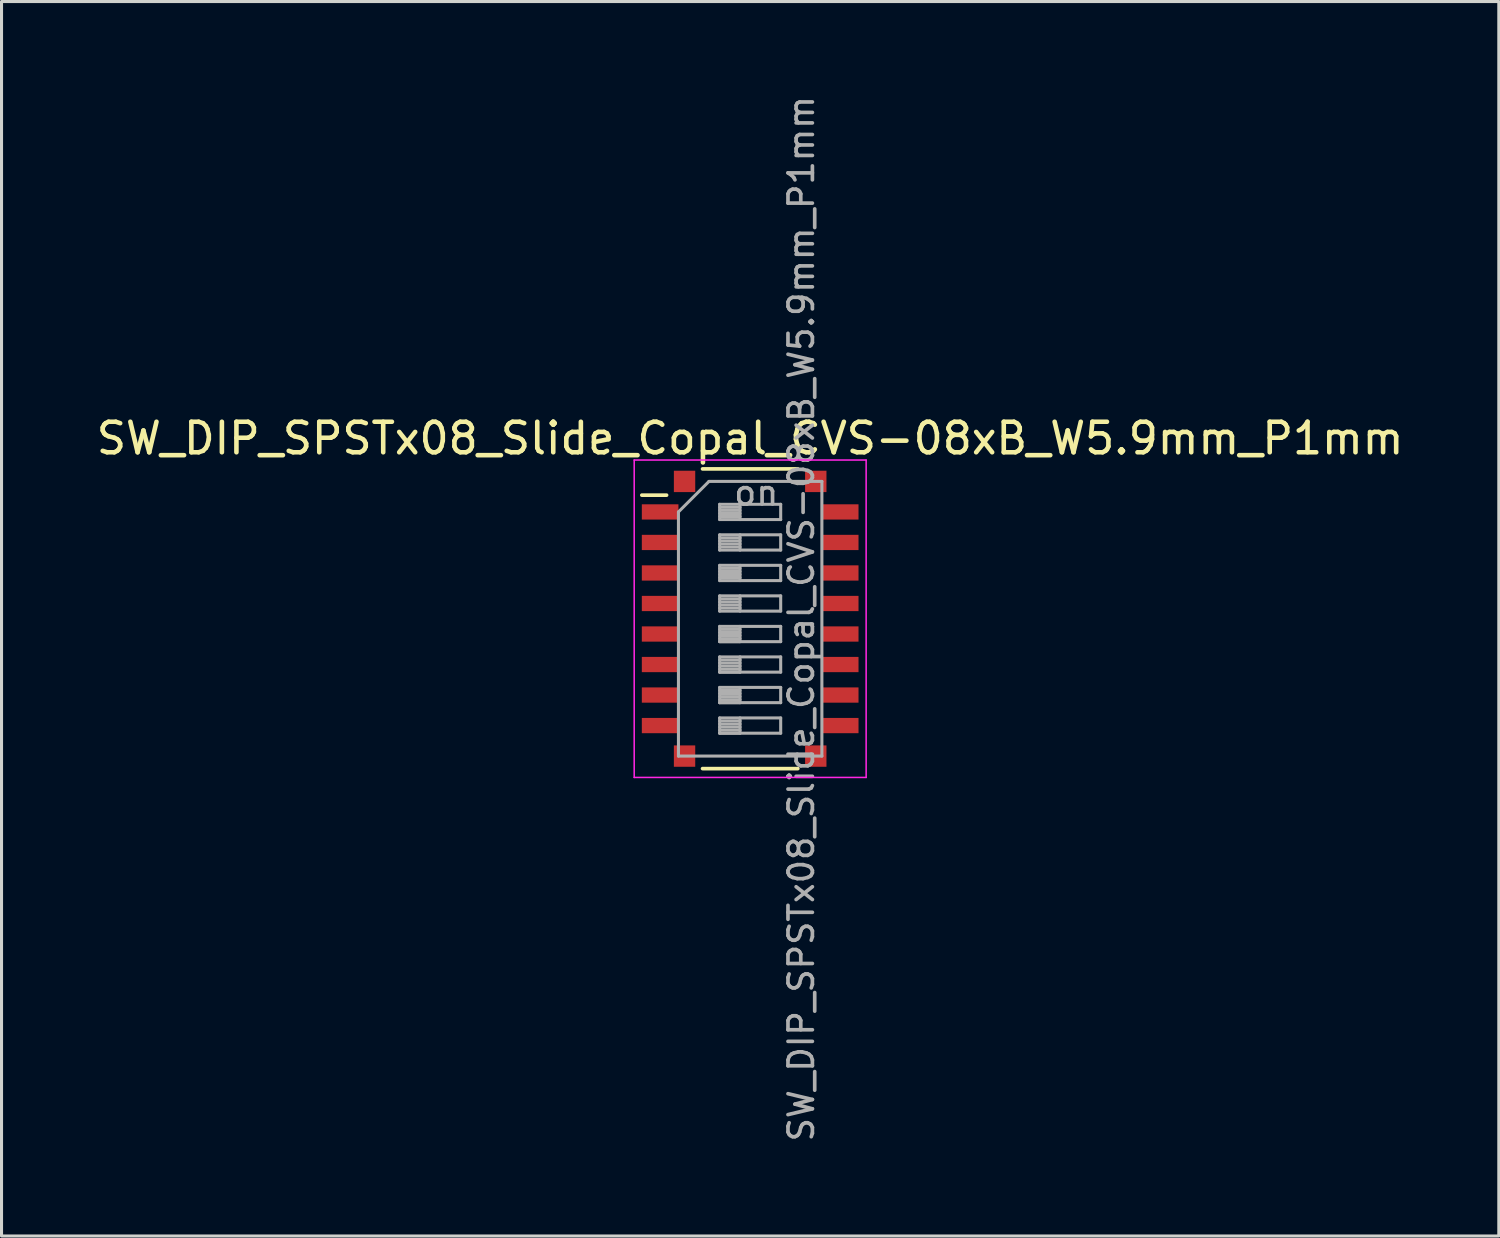
<source format=kicad_pcb>
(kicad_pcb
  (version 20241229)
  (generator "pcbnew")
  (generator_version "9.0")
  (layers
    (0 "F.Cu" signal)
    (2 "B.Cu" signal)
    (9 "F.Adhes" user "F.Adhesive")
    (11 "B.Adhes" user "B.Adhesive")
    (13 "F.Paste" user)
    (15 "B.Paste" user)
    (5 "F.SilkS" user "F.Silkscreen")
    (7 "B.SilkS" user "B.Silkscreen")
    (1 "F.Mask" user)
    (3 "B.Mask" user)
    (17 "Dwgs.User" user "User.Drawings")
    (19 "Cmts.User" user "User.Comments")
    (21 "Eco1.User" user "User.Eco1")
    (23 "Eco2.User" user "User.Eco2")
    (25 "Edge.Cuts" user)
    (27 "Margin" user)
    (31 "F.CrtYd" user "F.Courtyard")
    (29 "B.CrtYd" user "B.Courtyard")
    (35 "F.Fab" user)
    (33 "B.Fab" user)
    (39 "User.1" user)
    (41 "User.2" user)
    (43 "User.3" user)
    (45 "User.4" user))
  (footprint "SW_DIP_SPSTx08_Slide_Copal_CVS-08xB_W5.9mm_P1mm"
    (layer "F.Cu")
    (at 21.53 17.224)
    (property "Reference" "SW_DIP_SPSTx08_Slide_Copal_CVS-08xB_W5.9mm_P1mm" (at 0 -5.91 0) (layer "F.SilkS") (effects (font (size 1 1) (thickness 0.15))))
    (attr smd)
    (fp_line (start -3.55 -4.05) (end -2.739 -4.05) (stroke (width 0.12) (type solid)) (layer "F.SilkS"))
    (fp_line (start -1.56 -4.91) (end 1.561 -4.91) (stroke (width 0.12) (type solid)) (layer "F.SilkS"))
    (fp_line (start -1.56 4.91) (end 1.561 4.91) (stroke (width 0.12) (type solid)) (layer "F.SilkS"))
    (fp_line (start -3.8 -5.2) (end -3.8 5.2) (stroke (width 0.05) (type solid)) (layer "F.CrtYd"))
    (fp_line (start -3.8 5.2) (end 3.8 5.2) (stroke (width 0.05) (type solid)) (layer "F.CrtYd"))
    (fp_line (start 3.8 -5.2) (end -3.8 -5.2) (stroke (width 0.05) (type solid)) (layer "F.CrtYd"))
    (fp_line (start 3.8 5.2) (end 3.8 -5.2) (stroke (width 0.05) (type solid)) (layer "F.CrtYd"))
    (fp_line (start -2.35 -3.5) (end -1.35 -4.5) (stroke (width 0.1) (type solid)) (layer "F.Fab"))
    (fp_line (start -2.35 4.5) (end -2.35 -3.5) (stroke (width 0.1) (type solid)) (layer "F.Fab"))
    (fp_line (start -1.35 -4.5) (end 2.35 -4.5) (stroke (width 0.1) (type solid)) (layer "F.Fab"))
    (fp_line (start -1 -3.75) (end -1 -3.25) (stroke (width 0.1) (type solid)) (layer "F.Fab"))
    (fp_line (start -1 -3.65) (end -0.333 -3.65) (stroke (width 0.1) (type solid)) (layer "F.Fab"))
    (fp_line (start -1 -3.55) (end -0.333 -3.55) (stroke (width 0.1) (type solid)) (layer "F.Fab"))
    (fp_line (start -1 -3.45) (end -0.333 -3.45) (stroke (width 0.1) (type solid)) (layer "F.Fab"))
    (fp_line (start -1 -3.35) (end -0.333 -3.35) (stroke (width 0.1) (type solid)) (layer "F.Fab"))
    (fp_line (start -1 -3.25) (end 1 -3.25) (stroke (width 0.1) (type solid)) (layer "F.Fab"))
    (fp_line (start -1 -2.75) (end -1 -2.25) (stroke (width 0.1) (type solid)) (layer "F.Fab"))
    (fp_line (start -1 -2.65) (end -0.333 -2.65) (stroke (width 0.1) (type solid)) (layer "F.Fab"))
    (fp_line (start -1 -2.55) (end -0.333 -2.55) (stroke (width 0.1) (type solid)) (layer "F.Fab"))
    (fp_line (start -1 -2.45) (end -0.333 -2.45) (stroke (width 0.1) (type solid)) (layer "F.Fab"))
    (fp_line (start -1 -2.35) (end -0.333 -2.35) (stroke (width 0.1) (type solid)) (layer "F.Fab"))
    (fp_line (start -1 -2.25) (end 1 -2.25) (stroke (width 0.1) (type solid)) (layer "F.Fab"))
    (fp_line (start -1 -1.75) (end -1 -1.25) (stroke (width 0.1) (type solid)) (layer "F.Fab"))
    (fp_line (start -1 -1.65) (end -0.333 -1.65) (stroke (width 0.1) (type solid)) (layer "F.Fab"))
    (fp_line (start -1 -1.55) (end -0.333 -1.55) (stroke (width 0.1) (type solid)) (layer "F.Fab"))
    (fp_line (start -1 -1.45) (end -0.333 -1.45) (stroke (width 0.1) (type solid)) (layer "F.Fab"))
    (fp_line (start -1 -1.35) (end -0.333 -1.35) (stroke (width 0.1) (type solid)) (layer "F.Fab"))
    (fp_line (start -1 -1.25) (end 1 -1.25) (stroke (width 0.1) (type solid)) (layer "F.Fab"))
    (fp_line (start -1 -0.75) (end -1 -0.25) (stroke (width 0.1) (type solid)) (layer "F.Fab"))
    (fp_line (start -1 -0.65) (end -0.333 -0.65) (stroke (width 0.1) (type solid)) (layer "F.Fab"))
    (fp_line (start -1 -0.55) (end -0.333 -0.55) (stroke (width 0.1) (type solid)) (layer "F.Fab"))
    (fp_line (start -1 -0.45) (end -0.333 -0.45) (stroke (width 0.1) (type solid)) (layer "F.Fab"))
    (fp_line (start -1 -0.35) (end -0.333 -0.35) (stroke (width 0.1) (type solid)) (layer "F.Fab"))
    (fp_line (start -1 -0.25) (end 1 -0.25) (stroke (width 0.1) (type solid)) (layer "F.Fab"))
    (fp_line (start -1 0.25) (end -1 0.75) (stroke (width 0.1) (type solid)) (layer "F.Fab"))
    (fp_line (start -1 0.35) (end -0.333 0.35) (stroke (width 0.1) (type solid)) (layer "F.Fab"))
    (fp_line (start -1 0.45) (end -0.333 0.45) (stroke (width 0.1) (type solid)) (layer "F.Fab"))
    (fp_line (start -1 0.55) (end -0.333 0.55) (stroke (width 0.1) (type solid)) (layer "F.Fab"))
    (fp_line (start -1 0.65) (end -0.333 0.65) (stroke (width 0.1) (type solid)) (layer "F.Fab"))
    (fp_line (start -1 0.75) (end -0.333 0.75) (stroke (width 0.1) (type solid)) (layer "F.Fab"))
    (fp_line (start -1 0.75) (end 1 0.75) (stroke (width 0.1) (type solid)) (layer "F.Fab"))
    (fp_line (start -1 1.25) (end -1 1.75) (stroke (width 0.1) (type solid)) (layer "F.Fab"))
    (fp_line (start -1 1.35) (end -0.333 1.35) (stroke (width 0.1) (type solid)) (layer "F.Fab"))
    (fp_line (start -1 1.45) (end -0.333 1.45) (stroke (width 0.1) (type solid)) (layer "F.Fab"))
    (fp_line (start -1 1.55) (end -0.333 1.55) (stroke (width 0.1) (type solid)) (layer "F.Fab"))
    (fp_line (start -1 1.65) (end -0.333 1.65) (stroke (width 0.1) (type solid)) (layer "F.Fab"))
    (fp_line (start -1 1.75) (end -0.333 1.75) (stroke (width 0.1) (type solid)) (layer "F.Fab"))
    (fp_line (start -1 1.75) (end 1 1.75) (stroke (width 0.1) (type solid)) (layer "F.Fab"))
    (fp_line (start -1 2.25) (end -1 2.75) (stroke (width 0.1) (type solid)) (layer "F.Fab"))
    (fp_line (start -1 2.35) (end -0.333 2.35) (stroke (width 0.1) (type solid)) (layer "F.Fab"))
    (fp_line (start -1 2.45) (end -0.333 2.45) (stroke (width 0.1) (type solid)) (layer "F.Fab"))
    (fp_line (start -1 2.55) (end -0.333 2.55) (stroke (width 0.1) (type solid)) (layer "F.Fab"))
    (fp_line (start -1 2.65) (end -0.333 2.65) (stroke (width 0.1) (type solid)) (layer "F.Fab"))
    (fp_line (start -1 2.75) (end -0.333 2.75) (stroke (width 0.1) (type solid)) (layer "F.Fab"))
    (fp_line (start -1 2.75) (end 1 2.75) (stroke (width 0.1) (type solid)) (layer "F.Fab"))
    (fp_line (start -1 3.25) (end -1 3.75) (stroke (width 0.1) (type solid)) (layer "F.Fab"))
    (fp_line (start -1 3.35) (end -0.333 3.35) (stroke (width 0.1) (type solid)) (layer "F.Fab"))
    (fp_line (start -1 3.45) (end -0.333 3.45) (stroke (width 0.1) (type solid)) (layer "F.Fab"))
    (fp_line (start -1 3.55) (end -0.333 3.55) (stroke (width 0.1) (type solid)) (layer "F.Fab"))
    (fp_line (start -1 3.65) (end -0.333 3.65) (stroke (width 0.1) (type solid)) (layer "F.Fab"))
    (fp_line (start -1 3.75) (end -0.333 3.75) (stroke (width 0.1) (type solid)) (layer "F.Fab"))
    (fp_line (start -1 3.75) (end 1 3.75) (stroke (width 0.1) (type solid)) (layer "F.Fab"))
    (fp_line (start -0.333 -3.75) (end -0.333 -3.25) (stroke (width 0.1) (type solid)) (layer "F.Fab"))
    (fp_line (start -0.333 -2.75) (end -0.333 -2.25) (stroke (width 0.1) (type solid)) (layer "F.Fab"))
    (fp_line (start -0.333 -1.75) (end -0.333 -1.25) (stroke (width 0.1) (type solid)) (layer "F.Fab"))
    (fp_line (start -0.333 -0.75) (end -0.333 -0.25) (stroke (width 0.1) (type solid)) (layer "F.Fab"))
    (fp_line (start -0.333 0.25) (end -0.333 0.75) (stroke (width 0.1) (type solid)) (layer "F.Fab"))
    (fp_line (start -0.333 1.25) (end -0.333 1.75) (stroke (width 0.1) (type solid)) (layer "F.Fab"))
    (fp_line (start -0.333 2.25) (end -0.333 2.75) (stroke (width 0.1) (type solid)) (layer "F.Fab"))
    (fp_line (start -0.333 3.25) (end -0.333 3.75) (stroke (width 0.1) (type solid)) (layer "F.Fab"))
    (fp_line (start 1 -3.75) (end -1 -3.75) (stroke (width 0.1) (type solid)) (layer "F.Fab"))
    (fp_line (start 1 -3.25) (end 1 -3.75) (stroke (width 0.1) (type solid)) (layer "F.Fab"))
    (fp_line (start 1 -2.75) (end -1 -2.75) (stroke (width 0.1) (type solid)) (layer "F.Fab"))
    (fp_line (start 1 -2.25) (end 1 -2.75) (stroke (width 0.1) (type solid)) (layer "F.Fab"))
    (fp_line (start 1 -1.75) (end -1 -1.75) (stroke (width 0.1) (type solid)) (layer "F.Fab"))
    (fp_line (start 1 -1.25) (end 1 -1.75) (stroke (width 0.1) (type solid)) (layer "F.Fab"))
    (fp_line (start 1 -0.75) (end -1 -0.75) (stroke (width 0.1) (type solid)) (layer "F.Fab"))
    (fp_line (start 1 -0.25) (end 1 -0.75) (stroke (width 0.1) (type solid)) (layer "F.Fab"))
    (fp_line (start 1 0.25) (end -1 0.25) (stroke (width 0.1) (type solid)) (layer "F.Fab"))
    (fp_line (start 1 0.75) (end 1 0.25) (stroke (width 0.1) (type solid)) (layer "F.Fab"))
    (fp_line (start 1 1.25) (end -1 1.25) (stroke (width 0.1) (type solid)) (layer "F.Fab"))
    (fp_line (start 1 1.75) (end 1 1.25) (stroke (width 0.1) (type solid)) (layer "F.Fab"))
    (fp_line (start 1 2.25) (end -1 2.25) (stroke (width 0.1) (type solid)) (layer "F.Fab"))
    (fp_line (start 1 2.75) (end 1 2.25) (stroke (width 0.1) (type solid)) (layer "F.Fab"))
    (fp_line (start 1 3.25) (end -1 3.25) (stroke (width 0.1) (type solid)) (layer "F.Fab"))
    (fp_line (start 1 3.75) (end 1 3.25) (stroke (width 0.1) (type solid)) (layer "F.Fab"))
    (fp_line (start 2.35 -4.5) (end 2.35 4.5) (stroke (width 0.1) (type solid)) (layer "F.Fab"))
    (fp_line (start 2.35 4.5) (end -2.35 4.5) (stroke (width 0.1) (type solid)) (layer "F.Fab"))
    (fp_text user "on" (at 0.2 -4.125 0) (layer "F.Fab") (effects (font (size 0.8 0.8) (thickness 0.12))))
    (fp_text user "${REFERENCE}" (at 1.675 0 90) (layer "F.Fab") (effects (font (size 0.8 0.8) (thickness 0.12))))
    (pad "1" smd rect (at -2.95 -3.5) (size 1.2 0.5) (layers "F.Cu" "F.Mask" "F.Paste"))
    (pad "2" smd rect (at -2.95 -2.5) (size 1.2 0.5) (layers "F.Cu" "F.Mask" "F.Paste"))
    (pad "3" smd rect (at -2.95 -1.5) (size 1.2 0.5) (layers "F.Cu" "F.Mask" "F.Paste"))
    (pad "4" smd rect (at -2.95 -0.5) (size 1.2 0.5) (layers "F.Cu" "F.Mask" "F.Paste"))
    (pad "5" smd rect (at -2.95 0.5) (size 1.2 0.5) (layers "F.Cu" "F.Mask" "F.Paste"))
    (pad "6" smd rect (at -2.95 1.5) (size 1.2 0.5) (layers "F.Cu" "F.Mask" "F.Paste"))
    (pad "7" smd rect (at -2.95 2.5) (size 1.2 0.5) (layers "F.Cu" "F.Mask" "F.Paste"))
    (pad "8" smd rect (at -2.95 3.5) (size 1.2 0.5) (layers "F.Cu" "F.Mask" "F.Paste"))
    (pad "9" smd rect (at 2.95 3.5) (size 1.2 0.5) (layers "F.Cu" "F.Mask" "F.Paste"))
    (pad "10" smd rect (at 2.95 2.5) (size 1.2 0.5) (layers "F.Cu" "F.Mask" "F.Paste"))
    (pad "11" smd rect (at 2.95 1.5) (size 1.2 0.5) (layers "F.Cu" "F.Mask" "F.Paste"))
    (pad "12" smd rect (at 2.95 0.5) (size 1.2 0.5) (layers "F.Cu" "F.Mask" "F.Paste"))
    (pad "13" smd rect (at 2.95 -0.5) (size 1.2 0.5) (layers "F.Cu" "F.Mask" "F.Paste"))
    (pad "14" smd rect (at 2.95 -1.5) (size 1.2 0.5) (layers "F.Cu" "F.Mask" "F.Paste"))
    (pad "15" smd rect (at 2.95 -2.5) (size 1.2 0.5) (layers "F.Cu" "F.Mask" "F.Paste"))
    (pad "16" smd rect (at 2.95 -3.5) (size 1.2 0.5) (layers "F.Cu" "F.Mask" "F.Paste"))
    (pad "17" smd rect (at -2.15 -4.5) (size 0.7 0.7) (layers "F.Cu" "F.Mask" "F.Paste"))
    (pad "17" smd rect (at -2.15 4.5) (size 0.7 0.7) (layers "F.Cu" "F.Mask" "F.Paste"))
    (pad "17" smd rect (at 2.15 -4.5) (size 0.7 0.7) (layers "F.Cu" "F.Mask" "F.Paste"))
    (pad "17" smd rect (at 2.15 4.5) (size 0.7 0.7) (layers "F.Cu" "F.Mask" "F.Paste")))
  (gr_rect
    (start -3 -3)
    (end 46.06 37.448)
    (stroke (width 0.1) (type default))
    (fill no)
    (layer "Edge.Cuts")))
</source>
